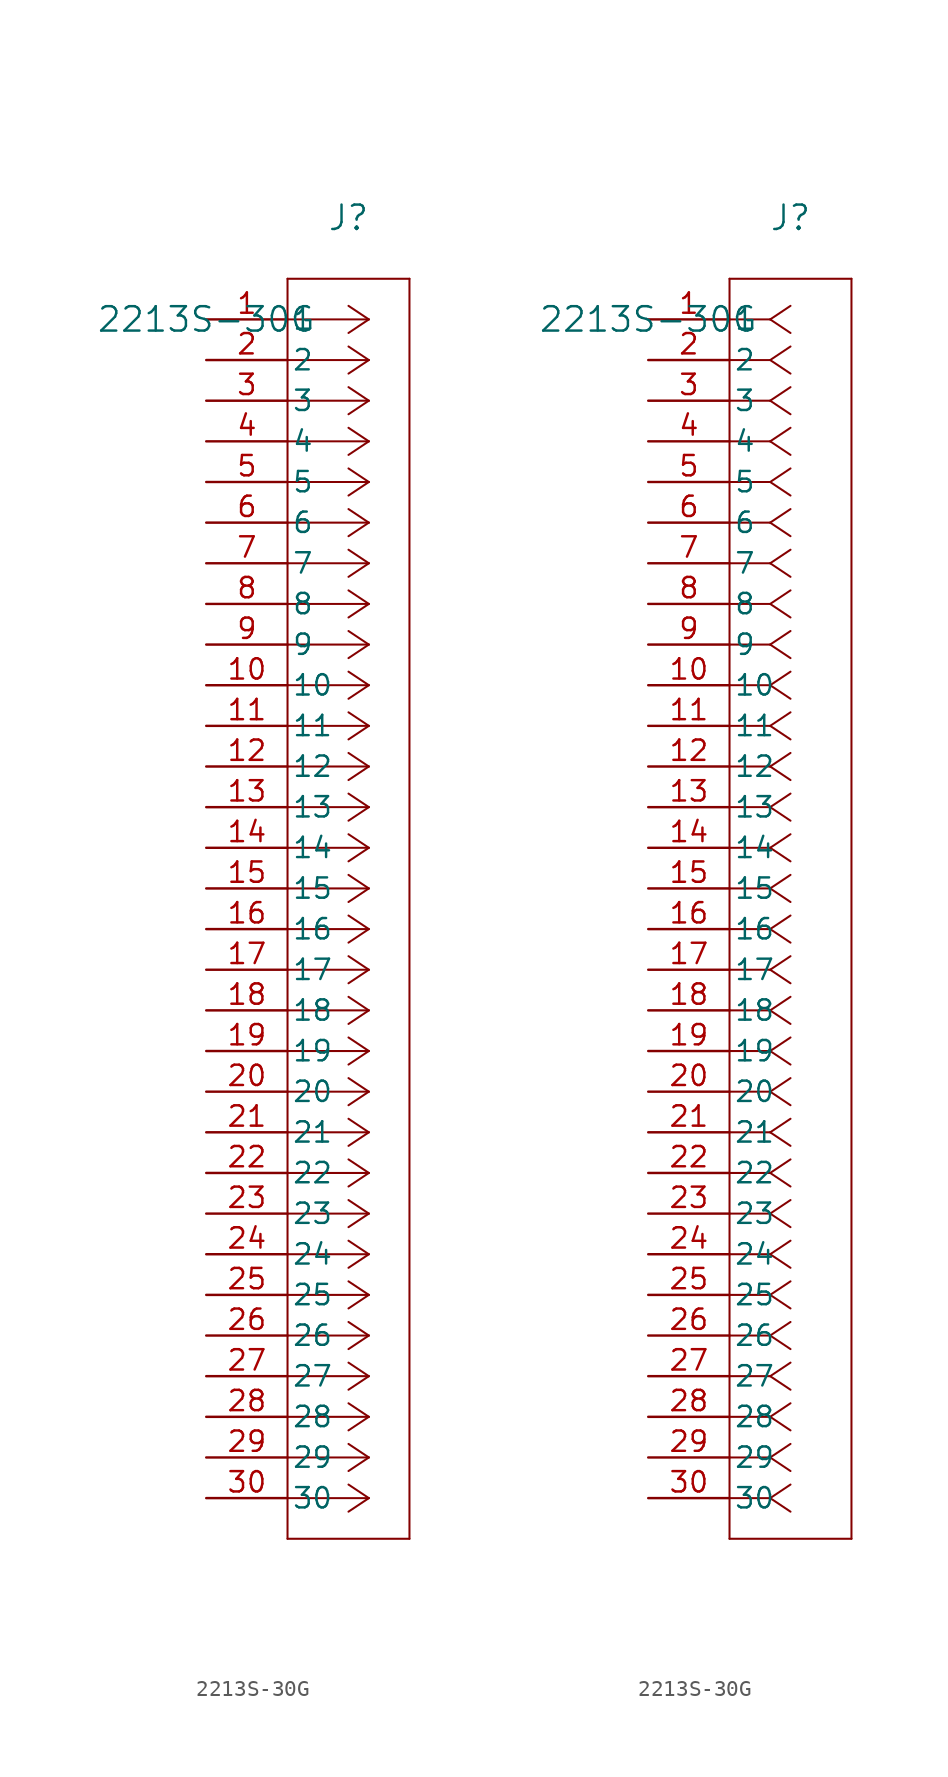
<source format=kicad_sym>
(kicad_symbol_lib
  (version 20211014)
  (generator kicad_symbol_editor)
  (symbol "2213S-30G"
    (pin_names
      (offset 0.254))
    (property "Reference" "J"
      (at 8.89 6.35 0)
      (effects (font (size 1.524 1.524))))
    (property "Value" "2213S-30G"
      (at 0 0 0)
      (effects (font (size 1.524 1.524))))
    (symbol "2213S-30G_1_1"
      (polyline (pts (xy 10.16 0) (xy 5.08 0)) (stroke (width 0.127) (type default) (color 0 0 0 0)) (fill (type none)))
      (polyline (pts (xy 10.16 -2.54) (xy 5.08 -2.54)) (stroke (width 0.127) (type default) (color 0 0 0 0)) (fill (type none)))
      (polyline (pts (xy 10.16 -5.08) (xy 5.08 -5.08)) (stroke (width 0.127) (type default) (color 0 0 0 0)) (fill (type none)))
      (polyline (pts (xy 10.16 -7.62) (xy 5.08 -7.62)) (stroke (width 0.127) (type default) (color 0 0 0 0)) (fill (type none)))
      (polyline (pts (xy 10.16 -10.16) (xy 5.08 -10.16)) (stroke (width 0.127) (type default) (color 0 0 0 0)) (fill (type none)))
      (polyline (pts (xy 10.16 -12.7) (xy 5.08 -12.7)) (stroke (width 0.127) (type default) (color 0 0 0 0)) (fill (type none)))
      (polyline (pts (xy 10.16 -15.24) (xy 5.08 -15.24)) (stroke (width 0.127) (type default) (color 0 0 0 0)) (fill (type none)))
      (polyline (pts (xy 10.16 -17.78) (xy 5.08 -17.78)) (stroke (width 0.127) (type default) (color 0 0 0 0)) (fill (type none)))
      (polyline (pts (xy 10.16 -20.32) (xy 5.08 -20.32)) (stroke (width 0.127) (type default) (color 0 0 0 0)) (fill (type none)))
      (polyline (pts (xy 10.16 -22.86) (xy 5.08 -22.86)) (stroke (width 0.127) (type default) (color 0 0 0 0)) (fill (type none)))
      (polyline (pts (xy 10.16 -25.4) (xy 5.08 -25.4)) (stroke (width 0.127) (type default) (color 0 0 0 0)) (fill (type none)))
      (polyline (pts (xy 10.16 -27.94) (xy 5.08 -27.94)) (stroke (width 0.127) (type default) (color 0 0 0 0)) (fill (type none)))
      (polyline (pts (xy 10.16 -30.48) (xy 5.08 -30.48)) (stroke (width 0.127) (type default) (color 0 0 0 0)) (fill (type none)))
      (polyline (pts (xy 10.16 -33.02) (xy 5.08 -33.02)) (stroke (width 0.127) (type default) (color 0 0 0 0)) (fill (type none)))
      (polyline (pts (xy 10.16 -35.56) (xy 5.08 -35.56)) (stroke (width 0.127) (type default) (color 0 0 0 0)) (fill (type none)))
      (polyline (pts (xy 10.16 -38.1) (xy 5.08 -38.1)) (stroke (width 0.127) (type default) (color 0 0 0 0)) (fill (type none)))
      (polyline (pts (xy 10.16 -40.64) (xy 5.08 -40.64)) (stroke (width 0.127) (type default) (color 0 0 0 0)) (fill (type none)))
      (polyline (pts (xy 10.16 -43.18) (xy 5.08 -43.18)) (stroke (width 0.127) (type default) (color 0 0 0 0)) (fill (type none)))
      (polyline (pts (xy 10.16 -45.72) (xy 5.08 -45.72)) (stroke (width 0.127) (type default) (color 0 0 0 0)) (fill (type none)))
      (polyline (pts (xy 10.16 -48.26) (xy 5.08 -48.26)) (stroke (width 0.127) (type default) (color 0 0 0 0)) (fill (type none)))
      (polyline (pts (xy 10.16 -50.8) (xy 5.08 -50.8)) (stroke (width 0.127) (type default) (color 0 0 0 0)) (fill (type none)))
      (polyline (pts (xy 10.16 -53.34) (xy 5.08 -53.34)) (stroke (width 0.127) (type default) (color 0 0 0 0)) (fill (type none)))
      (polyline (pts (xy 10.16 -55.88) (xy 5.08 -55.88)) (stroke (width 0.127) (type default) (color 0 0 0 0)) (fill (type none)))
      (polyline (pts (xy 10.16 -58.42) (xy 5.08 -58.42)) (stroke (width 0.127) (type default) (color 0 0 0 0)) (fill (type none)))
      (polyline (pts (xy 10.16 -60.96) (xy 5.08 -60.96)) (stroke (width 0.127) (type default) (color 0 0 0 0)) (fill (type none)))
      (polyline (pts (xy 10.16 -63.5) (xy 5.08 -63.5)) (stroke (width 0.127) (type default) (color 0 0 0 0)) (fill (type none)))
      (polyline (pts (xy 10.16 -66.04) (xy 5.08 -66.04)) (stroke (width 0.127) (type default) (color 0 0 0 0)) (fill (type none)))
      (polyline (pts (xy 10.16 -68.58) (xy 5.08 -68.58)) (stroke (width 0.127) (type default) (color 0 0 0 0)) (fill (type none)))
      (polyline (pts (xy 10.16 -71.12) (xy 5.08 -71.12)) (stroke (width 0.127) (type default) (color 0 0 0 0)) (fill (type none)))
      (polyline (pts (xy 10.16 -73.66) (xy 5.08 -73.66)) (stroke (width 0.127) (type default) (color 0 0 0 0)) (fill (type none)))
      (polyline (pts (xy 10.16 0) (xy 8.89 0.847)) (stroke (width 0.127) (type default) (color 0 0 0 0)) (fill (type none)))
      (polyline (pts (xy 10.16 -2.54) (xy 8.89 -1.693)) (stroke (width 0.127) (type default) (color 0 0 0 0)) (fill (type none)))
      (polyline (pts (xy 10.16 -5.08) (xy 8.89 -4.233)) (stroke (width 0.127) (type default) (color 0 0 0 0)) (fill (type none)))
      (polyline (pts (xy 10.16 -7.62) (xy 8.89 -6.773)) (stroke (width 0.127) (type default) (color 0 0 0 0)) (fill (type none)))
      (polyline (pts (xy 10.16 -10.16) (xy 8.89 -9.313)) (stroke (width 0.127) (type default) (color 0 0 0 0)) (fill (type none)))
      (polyline (pts (xy 10.16 -12.7) (xy 8.89 -11.853)) (stroke (width 0.127) (type default) (color 0 0 0 0)) (fill (type none)))
      (polyline (pts (xy 10.16 -15.24) (xy 8.89 -14.393)) (stroke (width 0.127) (type default) (color 0 0 0 0)) (fill (type none)))
      (polyline (pts (xy 10.16 -17.78) (xy 8.89 -16.933)) (stroke (width 0.127) (type default) (color 0 0 0 0)) (fill (type none)))
      (polyline (pts (xy 10.16 -20.32) (xy 8.89 -19.473)) (stroke (width 0.127) (type default) (color 0 0 0 0)) (fill (type none)))
      (polyline (pts (xy 10.16 -22.86) (xy 8.89 -22.013)) (stroke (width 0.127) (type default) (color 0 0 0 0)) (fill (type none)))
      (polyline (pts (xy 10.16 -25.4) (xy 8.89 -24.553)) (stroke (width 0.127) (type default) (color 0 0 0 0)) (fill (type none)))
      (polyline (pts (xy 10.16 -27.94) (xy 8.89 -27.093)) (stroke (width 0.127) (type default) (color 0 0 0 0)) (fill (type none)))
      (polyline (pts (xy 10.16 -30.48) (xy 8.89 -29.633)) (stroke (width 0.127) (type default) (color 0 0 0 0)) (fill (type none)))
      (polyline (pts (xy 10.16 -33.02) (xy 8.89 -32.173)) (stroke (width 0.127) (type default) (color 0 0 0 0)) (fill (type none)))
      (polyline (pts (xy 10.16 -35.56) (xy 8.89 -34.713)) (stroke (width 0.127) (type default) (color 0 0 0 0)) (fill (type none)))
      (polyline (pts (xy 10.16 -38.1) (xy 8.89 -37.253)) (stroke (width 0.127) (type default) (color 0 0 0 0)) (fill (type none)))
      (polyline (pts (xy 10.16 -40.64) (xy 8.89 -39.793)) (stroke (width 0.127) (type default) (color 0 0 0 0)) (fill (type none)))
      (polyline (pts (xy 10.16 -43.18) (xy 8.89 -42.333)) (stroke (width 0.127) (type default) (color 0 0 0 0)) (fill (type none)))
      (polyline (pts (xy 10.16 -45.72) (xy 8.89 -44.873)) (stroke (width 0.127) (type default) (color 0 0 0 0)) (fill (type none)))
      (polyline (pts (xy 10.16 -48.26) (xy 8.89 -47.413)) (stroke (width 0.127) (type default) (color 0 0 0 0)) (fill (type none)))
      (polyline (pts (xy 10.16 -50.8) (xy 8.89 -49.953)) (stroke (width 0.127) (type default) (color 0 0 0 0)) (fill (type none)))
      (polyline (pts (xy 10.16 -53.34) (xy 8.89 -52.493)) (stroke (width 0.127) (type default) (color 0 0 0 0)) (fill (type none)))
      (polyline (pts (xy 10.16 -55.88) (xy 8.89 -55.033)) (stroke (width 0.127) (type default) (color 0 0 0 0)) (fill (type none)))
      (polyline (pts (xy 10.16 -58.42) (xy 8.89 -57.573)) (stroke (width 0.127) (type default) (color 0 0 0 0)) (fill (type none)))
      (polyline (pts (xy 10.16 -60.96) (xy 8.89 -60.113)) (stroke (width 0.127) (type default) (color 0 0 0 0)) (fill (type none)))
      (polyline (pts (xy 10.16 -63.5) (xy 8.89 -62.653)) (stroke (width 0.127) (type default) (color 0 0 0 0)) (fill (type none)))
      (polyline (pts (xy 10.16 -66.04) (xy 8.89 -65.193)) (stroke (width 0.127) (type default) (color 0 0 0 0)) (fill (type none)))
      (polyline (pts (xy 10.16 -68.58) (xy 8.89 -67.733)) (stroke (width 0.127) (type default) (color 0 0 0 0)) (fill (type none)))
      (polyline (pts (xy 10.16 -71.12) (xy 8.89 -70.273)) (stroke (width 0.127) (type default) (color 0 0 0 0)) (fill (type none)))
      (polyline (pts (xy 10.16 -73.66) (xy 8.89 -72.813)) (stroke (width 0.127) (type default) (color 0 0 0 0)) (fill (type none)))
      (polyline (pts (xy 10.16 0) (xy 8.89 -0.847)) (stroke (width 0.127) (type default) (color 0 0 0 0)) (fill (type none)))
      (polyline (pts (xy 10.16 -2.54) (xy 8.89 -3.387)) (stroke (width 0.127) (type default) (color 0 0 0 0)) (fill (type none)))
      (polyline (pts (xy 10.16 -5.08) (xy 8.89 -5.927)) (stroke (width 0.127) (type default) (color 0 0 0 0)) (fill (type none)))
      (polyline (pts (xy 10.16 -7.62) (xy 8.89 -8.467)) (stroke (width 0.127) (type default) (color 0 0 0 0)) (fill (type none)))
      (polyline (pts (xy 10.16 -10.16) (xy 8.89 -11.007)) (stroke (width 0.127) (type default) (color 0 0 0 0)) (fill (type none)))
      (polyline (pts (xy 10.16 -12.7) (xy 8.89 -13.547)) (stroke (width 0.127) (type default) (color 0 0 0 0)) (fill (type none)))
      (polyline (pts (xy 10.16 -15.24) (xy 8.89 -16.087)) (stroke (width 0.127) (type default) (color 0 0 0 0)) (fill (type none)))
      (polyline (pts (xy 10.16 -17.78) (xy 8.89 -18.627)) (stroke (width 0.127) (type default) (color 0 0 0 0)) (fill (type none)))
      (polyline (pts (xy 10.16 -20.32) (xy 8.89 -21.167)) (stroke (width 0.127) (type default) (color 0 0 0 0)) (fill (type none)))
      (polyline (pts (xy 10.16 -22.86) (xy 8.89 -23.707)) (stroke (width 0.127) (type default) (color 0 0 0 0)) (fill (type none)))
      (polyline (pts (xy 10.16 -25.4) (xy 8.89 -26.247)) (stroke (width 0.127) (type default) (color 0 0 0 0)) (fill (type none)))
      (polyline (pts (xy 10.16 -27.94) (xy 8.89 -28.787)) (stroke (width 0.127) (type default) (color 0 0 0 0)) (fill (type none)))
      (polyline (pts (xy 10.16 -30.48) (xy 8.89 -31.327)) (stroke (width 0.127) (type default) (color 0 0 0 0)) (fill (type none)))
      (polyline (pts (xy 10.16 -33.02) (xy 8.89 -33.867)) (stroke (width 0.127) (type default) (color 0 0 0 0)) (fill (type none)))
      (polyline (pts (xy 10.16 -35.56) (xy 8.89 -36.407)) (stroke (width 0.127) (type default) (color 0 0 0 0)) (fill (type none)))
      (polyline (pts (xy 10.16 -38.1) (xy 8.89 -38.947)) (stroke (width 0.127) (type default) (color 0 0 0 0)) (fill (type none)))
      (polyline (pts (xy 10.16 -40.64) (xy 8.89 -41.487)) (stroke (width 0.127) (type default) (color 0 0 0 0)) (fill (type none)))
      (polyline (pts (xy 10.16 -43.18) (xy 8.89 -44.027)) (stroke (width 0.127) (type default) (color 0 0 0 0)) (fill (type none)))
      (polyline (pts (xy 10.16 -45.72) (xy 8.89 -46.567)) (stroke (width 0.127) (type default) (color 0 0 0 0)) (fill (type none)))
      (polyline (pts (xy 10.16 -48.26) (xy 8.89 -49.107)) (stroke (width 0.127) (type default) (color 0 0 0 0)) (fill (type none)))
      (polyline (pts (xy 10.16 -50.8) (xy 8.89 -51.647)) (stroke (width 0.127) (type default) (color 0 0 0 0)) (fill (type none)))
      (polyline (pts (xy 10.16 -53.34) (xy 8.89 -54.187)) (stroke (width 0.127) (type default) (color 0 0 0 0)) (fill (type none)))
      (polyline (pts (xy 10.16 -55.88) (xy 8.89 -56.727)) (stroke (width 0.127) (type default) (color 0 0 0 0)) (fill (type none)))
      (polyline (pts (xy 10.16 -58.42) (xy 8.89 -59.267)) (stroke (width 0.127) (type default) (color 0 0 0 0)) (fill (type none)))
      (polyline (pts (xy 10.16 -60.96) (xy 8.89 -61.807)) (stroke (width 0.127) (type default) (color 0 0 0 0)) (fill (type none)))
      (polyline (pts (xy 10.16 -63.5) (xy 8.89 -64.347)) (stroke (width 0.127) (type default) (color 0 0 0 0)) (fill (type none)))
      (polyline (pts (xy 10.16 -66.04) (xy 8.89 -66.887)) (stroke (width 0.127) (type default) (color 0 0 0 0)) (fill (type none)))
      (polyline (pts (xy 10.16 -68.58) (xy 8.89 -69.427)) (stroke (width 0.127) (type default) (color 0 0 0 0)) (fill (type none)))
      (polyline (pts (xy 10.16 -71.12) (xy 8.89 -71.967)) (stroke (width 0.127) (type default) (color 0 0 0 0)) (fill (type none)))
      (polyline (pts (xy 10.16 -73.66) (xy 8.89 -74.507)) (stroke (width 0.127) (type default) (color 0 0 0 0)) (fill (type none)))
      (polyline (pts (xy 5.08 2.54) (xy 5.08 -76.2)) (stroke (width 0.127) (type default) (color 0 0 0 0)) (fill (type none)))
      (polyline (pts (xy 5.08 -76.2) (xy 12.7 -76.2)) (stroke (width 0.127) (type default) (color 0 0 0 0)) (fill (type none)))
      (polyline (pts (xy 12.7 -76.2) (xy 12.7 2.54)) (stroke (width 0.127) (type default) (color 0 0 0 0)) (fill (type none)))
      (polyline (pts (xy 12.7 2.54) (xy 5.08 2.54)) (stroke (width 0.127) (type default) (color 0 0 0 0)) (fill (type none)))
      (pin unspecified line (at 0 0 0) (length 5.08) (name "1" (effects (font (size 1.27 1.27)))) (number "1" (effects (font (size 1.27 1.27)))))
      (pin unspecified line (at 0 -2.54 0) (length 5.08) (name "2" (effects (font (size 1.27 1.27)))) (number "2" (effects (font (size 1.27 1.27)))))
      (pin unspecified line (at 0 -5.08 0) (length 5.08) (name "3" (effects (font (size 1.27 1.27)))) (number "3" (effects (font (size 1.27 1.27)))))
      (pin unspecified line (at 0 -7.62 0) (length 5.08) (name "4" (effects (font (size 1.27 1.27)))) (number "4" (effects (font (size 1.27 1.27)))))
      (pin unspecified line (at 0 -10.16 0) (length 5.08) (name "5" (effects (font (size 1.27 1.27)))) (number "5" (effects (font (size 1.27 1.27)))))
      (pin unspecified line (at 0 -12.7 0) (length 5.08) (name "6" (effects (font (size 1.27 1.27)))) (number "6" (effects (font (size 1.27 1.27)))))
      (pin unspecified line (at 0 -15.24 0) (length 5.08) (name "7" (effects (font (size 1.27 1.27)))) (number "7" (effects (font (size 1.27 1.27)))))
      (pin unspecified line (at 0 -17.78 0) (length 5.08) (name "8" (effects (font (size 1.27 1.27)))) (number "8" (effects (font (size 1.27 1.27)))))
      (pin unspecified line (at 0 -20.32 0) (length 5.08) (name "9" (effects (font (size 1.27 1.27)))) (number "9" (effects (font (size 1.27 1.27)))))
      (pin unspecified line (at 0 -22.86 0) (length 5.08) (name "10" (effects (font (size 1.27 1.27)))) (number "10" (effects (font (size 1.27 1.27)))))
      (pin unspecified line (at 0 -25.4 0) (length 5.08) (name "11" (effects (font (size 1.27 1.27)))) (number "11" (effects (font (size 1.27 1.27)))))
      (pin unspecified line (at 0 -27.94 0) (length 5.08) (name "12" (effects (font (size 1.27 1.27)))) (number "12" (effects (font (size 1.27 1.27)))))
      (pin unspecified line (at 0 -30.48 0) (length 5.08) (name "13" (effects (font (size 1.27 1.27)))) (number "13" (effects (font (size 1.27 1.27)))))
      (pin unspecified line (at 0 -33.02 0) (length 5.08) (name "14" (effects (font (size 1.27 1.27)))) (number "14" (effects (font (size 1.27 1.27)))))
      (pin unspecified line (at 0 -35.56 0) (length 5.08) (name "15" (effects (font (size 1.27 1.27)))) (number "15" (effects (font (size 1.27 1.27)))))
      (pin unspecified line (at 0 -38.1 0) (length 5.08) (name "16" (effects (font (size 1.27 1.27)))) (number "16" (effects (font (size 1.27 1.27)))))
      (pin unspecified line (at 0 -40.64 0) (length 5.08) (name "17" (effects (font (size 1.27 1.27)))) (number "17" (effects (font (size 1.27 1.27)))))
      (pin unspecified line (at 0 -43.18 0) (length 5.08) (name "18" (effects (font (size 1.27 1.27)))) (number "18" (effects (font (size 1.27 1.27)))))
      (pin unspecified line (at 0 -45.72 0) (length 5.08) (name "19" (effects (font (size 1.27 1.27)))) (number "19" (effects (font (size 1.27 1.27)))))
      (pin unspecified line (at 0 -48.26 0) (length 5.08) (name "20" (effects (font (size 1.27 1.27)))) (number "20" (effects (font (size 1.27 1.27)))))
      (pin unspecified line (at 0 -50.8 0) (length 5.08) (name "21" (effects (font (size 1.27 1.27)))) (number "21" (effects (font (size 1.27 1.27)))))
      (pin unspecified line (at 0 -53.34 0) (length 5.08) (name "22" (effects (font (size 1.27 1.27)))) (number "22" (effects (font (size 1.27 1.27)))))
      (pin unspecified line (at 0 -55.88 0) (length 5.08) (name "23" (effects (font (size 1.27 1.27)))) (number "23" (effects (font (size 1.27 1.27)))))
      (pin unspecified line (at 0 -58.42 0) (length 5.08) (name "24" (effects (font (size 1.27 1.27)))) (number "24" (effects (font (size 1.27 1.27)))))
      (pin unspecified line (at 0 -60.96 0) (length 5.08) (name "25" (effects (font (size 1.27 1.27)))) (number "25" (effects (font (size 1.27 1.27)))))
      (pin unspecified line (at 0 -63.5 0) (length 5.08) (name "26" (effects (font (size 1.27 1.27)))) (number "26" (effects (font (size 1.27 1.27)))))
      (pin unspecified line (at 0 -66.04 0) (length 5.08) (name "27" (effects (font (size 1.27 1.27)))) (number "27" (effects (font (size 1.27 1.27)))))
      (pin unspecified line (at 0 -68.58 0) (length 5.08) (name "28" (effects (font (size 1.27 1.27)))) (number "28" (effects (font (size 1.27 1.27)))))
      (pin unspecified line (at 0 -71.12 0) (length 5.08) (name "29" (effects (font (size 1.27 1.27)))) (number "29" (effects (font (size 1.27 1.27)))))
      (pin unspecified line (at 0 -73.66 0) (length 5.08) (name "30" (effects (font (size 1.27 1.27)))) (number "30" (effects (font (size 1.27 1.27))))))
    (symbol "2213S-30G_1_2"
      (polyline (pts (xy 7.62 0) (xy 5.08 0)) (stroke (width 0.127) (type default) (color 0 0 0 0)) (fill (type none)))
      (polyline (pts (xy 7.62 -2.54) (xy 5.08 -2.54)) (stroke (width 0.127) (type default) (color 0 0 0 0)) (fill (type none)))
      (polyline (pts (xy 7.62 -5.08) (xy 5.08 -5.08)) (stroke (width 0.127) (type default) (color 0 0 0 0)) (fill (type none)))
      (polyline (pts (xy 7.62 -7.62) (xy 5.08 -7.62)) (stroke (width 0.127) (type default) (color 0 0 0 0)) (fill (type none)))
      (polyline (pts (xy 7.62 -10.16) (xy 5.08 -10.16)) (stroke (width 0.127) (type default) (color 0 0 0 0)) (fill (type none)))
      (polyline (pts (xy 7.62 -12.7) (xy 5.08 -12.7)) (stroke (width 0.127) (type default) (color 0 0 0 0)) (fill (type none)))
      (polyline (pts (xy 7.62 -15.24) (xy 5.08 -15.24)) (stroke (width 0.127) (type default) (color 0 0 0 0)) (fill (type none)))
      (polyline (pts (xy 7.62 -17.78) (xy 5.08 -17.78)) (stroke (width 0.127) (type default) (color 0 0 0 0)) (fill (type none)))
      (polyline (pts (xy 7.62 -20.32) (xy 5.08 -20.32)) (stroke (width 0.127) (type default) (color 0 0 0 0)) (fill (type none)))
      (polyline (pts (xy 7.62 -22.86) (xy 5.08 -22.86)) (stroke (width 0.127) (type default) (color 0 0 0 0)) (fill (type none)))
      (polyline (pts (xy 7.62 -25.4) (xy 5.08 -25.4)) (stroke (width 0.127) (type default) (color 0 0 0 0)) (fill (type none)))
      (polyline (pts (xy 7.62 -27.94) (xy 5.08 -27.94)) (stroke (width 0.127) (type default) (color 0 0 0 0)) (fill (type none)))
      (polyline (pts (xy 7.62 -30.48) (xy 5.08 -30.48)) (stroke (width 0.127) (type default) (color 0 0 0 0)) (fill (type none)))
      (polyline (pts (xy 7.62 -33.02) (xy 5.08 -33.02)) (stroke (width 0.127) (type default) (color 0 0 0 0)) (fill (type none)))
      (polyline (pts (xy 7.62 -35.56) (xy 5.08 -35.56)) (stroke (width 0.127) (type default) (color 0 0 0 0)) (fill (type none)))
      (polyline (pts (xy 7.62 -38.1) (xy 5.08 -38.1)) (stroke (width 0.127) (type default) (color 0 0 0 0)) (fill (type none)))
      (polyline (pts (xy 7.62 -40.64) (xy 5.08 -40.64)) (stroke (width 0.127) (type default) (color 0 0 0 0)) (fill (type none)))
      (polyline (pts (xy 7.62 -43.18) (xy 5.08 -43.18)) (stroke (width 0.127) (type default) (color 0 0 0 0)) (fill (type none)))
      (polyline (pts (xy 7.62 -45.72) (xy 5.08 -45.72)) (stroke (width 0.127) (type default) (color 0 0 0 0)) (fill (type none)))
      (polyline (pts (xy 7.62 -48.26) (xy 5.08 -48.26)) (stroke (width 0.127) (type default) (color 0 0 0 0)) (fill (type none)))
      (polyline (pts (xy 7.62 -50.8) (xy 5.08 -50.8)) (stroke (width 0.127) (type default) (color 0 0 0 0)) (fill (type none)))
      (polyline (pts (xy 7.62 -53.34) (xy 5.08 -53.34)) (stroke (width 0.127) (type default) (color 0 0 0 0)) (fill (type none)))
      (polyline (pts (xy 7.62 -55.88) (xy 5.08 -55.88)) (stroke (width 0.127) (type default) (color 0 0 0 0)) (fill (type none)))
      (polyline (pts (xy 7.62 -58.42) (xy 5.08 -58.42)) (stroke (width 0.127) (type default) (color 0 0 0 0)) (fill (type none)))
      (polyline (pts (xy 7.62 -60.96) (xy 5.08 -60.96)) (stroke (width 0.127) (type default) (color 0 0 0 0)) (fill (type none)))
      (polyline (pts (xy 7.62 -63.5) (xy 5.08 -63.5)) (stroke (width 0.127) (type default) (color 0 0 0 0)) (fill (type none)))
      (polyline (pts (xy 7.62 -66.04) (xy 5.08 -66.04)) (stroke (width 0.127) (type default) (color 0 0 0 0)) (fill (type none)))
      (polyline (pts (xy 7.62 -68.58) (xy 5.08 -68.58)) (stroke (width 0.127) (type default) (color 0 0 0 0)) (fill (type none)))
      (polyline (pts (xy 7.62 -71.12) (xy 5.08 -71.12)) (stroke (width 0.127) (type default) (color 0 0 0 0)) (fill (type none)))
      (polyline (pts (xy 7.62 -73.66) (xy 5.08 -73.66)) (stroke (width 0.127) (type default) (color 0 0 0 0)) (fill (type none)))
      (polyline (pts (xy 7.62 0) (xy 8.89 0.847)) (stroke (width 0.127) (type default) (color 0 0 0 0)) (fill (type none)))
      (polyline (pts (xy 7.62 -2.54) (xy 8.89 -1.693)) (stroke (width 0.127) (type default) (color 0 0 0 0)) (fill (type none)))
      (polyline (pts (xy 7.62 -5.08) (xy 8.89 -4.233)) (stroke (width 0.127) (type default) (color 0 0 0 0)) (fill (type none)))
      (polyline (pts (xy 7.62 -7.62) (xy 8.89 -6.773)) (stroke (width 0.127) (type default) (color 0 0 0 0)) (fill (type none)))
      (polyline (pts (xy 7.62 -10.16) (xy 8.89 -9.313)) (stroke (width 0.127) (type default) (color 0 0 0 0)) (fill (type none)))
      (polyline (pts (xy 7.62 -12.7) (xy 8.89 -11.853)) (stroke (width 0.127) (type default) (color 0 0 0 0)) (fill (type none)))
      (polyline (pts (xy 7.62 -15.24) (xy 8.89 -14.393)) (stroke (width 0.127) (type default) (color 0 0 0 0)) (fill (type none)))
      (polyline (pts (xy 7.62 -17.78) (xy 8.89 -16.933)) (stroke (width 0.127) (type default) (color 0 0 0 0)) (fill (type none)))
      (polyline (pts (xy 7.62 -20.32) (xy 8.89 -19.473)) (stroke (width 0.127) (type default) (color 0 0 0 0)) (fill (type none)))
      (polyline (pts (xy 7.62 -22.86) (xy 8.89 -22.013)) (stroke (width 0.127) (type default) (color 0 0 0 0)) (fill (type none)))
      (polyline (pts (xy 7.62 -25.4) (xy 8.89 -24.553)) (stroke (width 0.127) (type default) (color 0 0 0 0)) (fill (type none)))
      (polyline (pts (xy 7.62 -27.94) (xy 8.89 -27.093)) (stroke (width 0.127) (type default) (color 0 0 0 0)) (fill (type none)))
      (polyline (pts (xy 7.62 -30.48) (xy 8.89 -29.633)) (stroke (width 0.127) (type default) (color 0 0 0 0)) (fill (type none)))
      (polyline (pts (xy 7.62 -33.02) (xy 8.89 -32.173)) (stroke (width 0.127) (type default) (color 0 0 0 0)) (fill (type none)))
      (polyline (pts (xy 7.62 -35.56) (xy 8.89 -34.713)) (stroke (width 0.127) (type default) (color 0 0 0 0)) (fill (type none)))
      (polyline (pts (xy 7.62 -38.1) (xy 8.89 -37.253)) (stroke (width 0.127) (type default) (color 0 0 0 0)) (fill (type none)))
      (polyline (pts (xy 7.62 -40.64) (xy 8.89 -39.793)) (stroke (width 0.127) (type default) (color 0 0 0 0)) (fill (type none)))
      (polyline (pts (xy 7.62 -43.18) (xy 8.89 -42.333)) (stroke (width 0.127) (type default) (color 0 0 0 0)) (fill (type none)))
      (polyline (pts (xy 7.62 -45.72) (xy 8.89 -44.873)) (stroke (width 0.127) (type default) (color 0 0 0 0)) (fill (type none)))
      (polyline (pts (xy 7.62 -48.26) (xy 8.89 -47.413)) (stroke (width 0.127) (type default) (color 0 0 0 0)) (fill (type none)))
      (polyline (pts (xy 7.62 -50.8) (xy 8.89 -49.953)) (stroke (width 0.127) (type default) (color 0 0 0 0)) (fill (type none)))
      (polyline (pts (xy 7.62 -53.34) (xy 8.89 -52.493)) (stroke (width 0.127) (type default) (color 0 0 0 0)) (fill (type none)))
      (polyline (pts (xy 7.62 -55.88) (xy 8.89 -55.033)) (stroke (width 0.127) (type default) (color 0 0 0 0)) (fill (type none)))
      (polyline (pts (xy 7.62 -58.42) (xy 8.89 -57.573)) (stroke (width 0.127) (type default) (color 0 0 0 0)) (fill (type none)))
      (polyline (pts (xy 7.62 -60.96) (xy 8.89 -60.113)) (stroke (width 0.127) (type default) (color 0 0 0 0)) (fill (type none)))
      (polyline (pts (xy 7.62 -63.5) (xy 8.89 -62.653)) (stroke (width 0.127) (type default) (color 0 0 0 0)) (fill (type none)))
      (polyline (pts (xy 7.62 -66.04) (xy 8.89 -65.193)) (stroke (width 0.127) (type default) (color 0 0 0 0)) (fill (type none)))
      (polyline (pts (xy 7.62 -68.58) (xy 8.89 -67.733)) (stroke (width 0.127) (type default) (color 0 0 0 0)) (fill (type none)))
      (polyline (pts (xy 7.62 -71.12) (xy 8.89 -70.273)) (stroke (width 0.127) (type default) (color 0 0 0 0)) (fill (type none)))
      (polyline (pts (xy 7.62 -73.66) (xy 8.89 -72.813)) (stroke (width 0.127) (type default) (color 0 0 0 0)) (fill (type none)))
      (polyline (pts (xy 7.62 0) (xy 8.89 -0.847)) (stroke (width 0.127) (type default) (color 0 0 0 0)) (fill (type none)))
      (polyline (pts (xy 7.62 -2.54) (xy 8.89 -3.387)) (stroke (width 0.127) (type default) (color 0 0 0 0)) (fill (type none)))
      (polyline (pts (xy 7.62 -5.08) (xy 8.89 -5.927)) (stroke (width 0.127) (type default) (color 0 0 0 0)) (fill (type none)))
      (polyline (pts (xy 7.62 -7.62) (xy 8.89 -8.467)) (stroke (width 0.127) (type default) (color 0 0 0 0)) (fill (type none)))
      (polyline (pts (xy 7.62 -10.16) (xy 8.89 -11.007)) (stroke (width 0.127) (type default) (color 0 0 0 0)) (fill (type none)))
      (polyline (pts (xy 7.62 -12.7) (xy 8.89 -13.547)) (stroke (width 0.127) (type default) (color 0 0 0 0)) (fill (type none)))
      (polyline (pts (xy 7.62 -15.24) (xy 8.89 -16.087)) (stroke (width 0.127) (type default) (color 0 0 0 0)) (fill (type none)))
      (polyline (pts (xy 7.62 -17.78) (xy 8.89 -18.627)) (stroke (width 0.127) (type default) (color 0 0 0 0)) (fill (type none)))
      (polyline (pts (xy 7.62 -20.32) (xy 8.89 -21.167)) (stroke (width 0.127) (type default) (color 0 0 0 0)) (fill (type none)))
      (polyline (pts (xy 7.62 -22.86) (xy 8.89 -23.707)) (stroke (width 0.127) (type default) (color 0 0 0 0)) (fill (type none)))
      (polyline (pts (xy 7.62 -25.4) (xy 8.89 -26.247)) (stroke (width 0.127) (type default) (color 0 0 0 0)) (fill (type none)))
      (polyline (pts (xy 7.62 -27.94) (xy 8.89 -28.787)) (stroke (width 0.127) (type default) (color 0 0 0 0)) (fill (type none)))
      (polyline (pts (xy 7.62 -30.48) (xy 8.89 -31.327)) (stroke (width 0.127) (type default) (color 0 0 0 0)) (fill (type none)))
      (polyline (pts (xy 7.62 -33.02) (xy 8.89 -33.867)) (stroke (width 0.127) (type default) (color 0 0 0 0)) (fill (type none)))
      (polyline (pts (xy 7.62 -35.56) (xy 8.89 -36.407)) (stroke (width 0.127) (type default) (color 0 0 0 0)) (fill (type none)))
      (polyline (pts (xy 7.62 -38.1) (xy 8.89 -38.947)) (stroke (width 0.127) (type default) (color 0 0 0 0)) (fill (type none)))
      (polyline (pts (xy 7.62 -40.64) (xy 8.89 -41.487)) (stroke (width 0.127) (type default) (color 0 0 0 0)) (fill (type none)))
      (polyline (pts (xy 7.62 -43.18) (xy 8.89 -44.027)) (stroke (width 0.127) (type default) (color 0 0 0 0)) (fill (type none)))
      (polyline (pts (xy 7.62 -45.72) (xy 8.89 -46.567)) (stroke (width 0.127) (type default) (color 0 0 0 0)) (fill (type none)))
      (polyline (pts (xy 7.62 -48.26) (xy 8.89 -49.107)) (stroke (width 0.127) (type default) (color 0 0 0 0)) (fill (type none)))
      (polyline (pts (xy 7.62 -50.8) (xy 8.89 -51.647)) (stroke (width 0.127) (type default) (color 0 0 0 0)) (fill (type none)))
      (polyline (pts (xy 7.62 -53.34) (xy 8.89 -54.187)) (stroke (width 0.127) (type default) (color 0 0 0 0)) (fill (type none)))
      (polyline (pts (xy 7.62 -55.88) (xy 8.89 -56.727)) (stroke (width 0.127) (type default) (color 0 0 0 0)) (fill (type none)))
      (polyline (pts (xy 7.62 -58.42) (xy 8.89 -59.267)) (stroke (width 0.127) (type default) (color 0 0 0 0)) (fill (type none)))
      (polyline (pts (xy 7.62 -60.96) (xy 8.89 -61.807)) (stroke (width 0.127) (type default) (color 0 0 0 0)) (fill (type none)))
      (polyline (pts (xy 7.62 -63.5) (xy 8.89 -64.347)) (stroke (width 0.127) (type default) (color 0 0 0 0)) (fill (type none)))
      (polyline (pts (xy 7.62 -66.04) (xy 8.89 -66.887)) (stroke (width 0.127) (type default) (color 0 0 0 0)) (fill (type none)))
      (polyline (pts (xy 7.62 -68.58) (xy 8.89 -69.427)) (stroke (width 0.127) (type default) (color 0 0 0 0)) (fill (type none)))
      (polyline (pts (xy 7.62 -71.12) (xy 8.89 -71.967)) (stroke (width 0.127) (type default) (color 0 0 0 0)) (fill (type none)))
      (polyline (pts (xy 7.62 -73.66) (xy 8.89 -74.507)) (stroke (width 0.127) (type default) (color 0 0 0 0)) (fill (type none)))
      (polyline (pts (xy 5.08 2.54) (xy 5.08 -76.2)) (stroke (width 0.127) (type default) (color 0 0 0 0)) (fill (type none)))
      (polyline (pts (xy 5.08 -76.2) (xy 12.7 -76.2)) (stroke (width 0.127) (type default) (color 0 0 0 0)) (fill (type none)))
      (polyline (pts (xy 12.7 -76.2) (xy 12.7 2.54)) (stroke (width 0.127) (type default) (color 0 0 0 0)) (fill (type none)))
      (polyline (pts (xy 12.7 2.54) (xy 5.08 2.54)) (stroke (width 0.127) (type default) (color 0 0 0 0)) (fill (type none)))
      (pin unspecified line (at 0 0 0) (length 5.08) (name "1" (effects (font (size 1.27 1.27)))) (number "1" (effects (font (size 1.27 1.27)))))
      (pin unspecified line (at 0 -2.54 0) (length 5.08) (name "2" (effects (font (size 1.27 1.27)))) (number "2" (effects (font (size 1.27 1.27)))))
      (pin unspecified line (at 0 -5.08 0) (length 5.08) (name "3" (effects (font (size 1.27 1.27)))) (number "3" (effects (font (size 1.27 1.27)))))
      (pin unspecified line (at 0 -7.62 0) (length 5.08) (name "4" (effects (font (size 1.27 1.27)))) (number "4" (effects (font (size 1.27 1.27)))))
      (pin unspecified line (at 0 -10.16 0) (length 5.08) (name "5" (effects (font (size 1.27 1.27)))) (number "5" (effects (font (size 1.27 1.27)))))
      (pin unspecified line (at 0 -12.7 0) (length 5.08) (name "6" (effects (font (size 1.27 1.27)))) (number "6" (effects (font (size 1.27 1.27)))))
      (pin unspecified line (at 0 -15.24 0) (length 5.08) (name "7" (effects (font (size 1.27 1.27)))) (number "7" (effects (font (size 1.27 1.27)))))
      (pin unspecified line (at 0 -17.78 0) (length 5.08) (name "8" (effects (font (size 1.27 1.27)))) (number "8" (effects (font (size 1.27 1.27)))))
      (pin unspecified line (at 0 -20.32 0) (length 5.08) (name "9" (effects (font (size 1.27 1.27)))) (number "9" (effects (font (size 1.27 1.27)))))
      (pin unspecified line (at 0 -22.86 0) (length 5.08) (name "10" (effects (font (size 1.27 1.27)))) (number "10" (effects (font (size 1.27 1.27)))))
      (pin unspecified line (at 0 -25.4 0) (length 5.08) (name "11" (effects (font (size 1.27 1.27)))) (number "11" (effects (font (size 1.27 1.27)))))
      (pin unspecified line (at 0 -27.94 0) (length 5.08) (name "12" (effects (font (size 1.27 1.27)))) (number "12" (effects (font (size 1.27 1.27)))))
      (pin unspecified line (at 0 -30.48 0) (length 5.08) (name "13" (effects (font (size 1.27 1.27)))) (number "13" (effects (font (size 1.27 1.27)))))
      (pin unspecified line (at 0 -33.02 0) (length 5.08) (name "14" (effects (font (size 1.27 1.27)))) (number "14" (effects (font (size 1.27 1.27)))))
      (pin unspecified line (at 0 -35.56 0) (length 5.08) (name "15" (effects (font (size 1.27 1.27)))) (number "15" (effects (font (size 1.27 1.27)))))
      (pin unspecified line (at 0 -38.1 0) (length 5.08) (name "16" (effects (font (size 1.27 1.27)))) (number "16" (effects (font (size 1.27 1.27)))))
      (pin unspecified line (at 0 -40.64 0) (length 5.08) (name "17" (effects (font (size 1.27 1.27)))) (number "17" (effects (font (size 1.27 1.27)))))
      (pin unspecified line (at 0 -43.18 0) (length 5.08) (name "18" (effects (font (size 1.27 1.27)))) (number "18" (effects (font (size 1.27 1.27)))))
      (pin unspecified line (at 0 -45.72 0) (length 5.08) (name "19" (effects (font (size 1.27 1.27)))) (number "19" (effects (font (size 1.27 1.27)))))
      (pin unspecified line (at 0 -48.26 0) (length 5.08) (name "20" (effects (font (size 1.27 1.27)))) (number "20" (effects (font (size 1.27 1.27)))))
      (pin unspecified line (at 0 -50.8 0) (length 5.08) (name "21" (effects (font (size 1.27 1.27)))) (number "21" (effects (font (size 1.27 1.27)))))
      (pin unspecified line (at 0 -53.34 0) (length 5.08) (name "22" (effects (font (size 1.27 1.27)))) (number "22" (effects (font (size 1.27 1.27)))))
      (pin unspecified line (at 0 -55.88 0) (length 5.08) (name "23" (effects (font (size 1.27 1.27)))) (number "23" (effects (font (size 1.27 1.27)))))
      (pin unspecified line (at 0 -58.42 0) (length 5.08) (name "24" (effects (font (size 1.27 1.27)))) (number "24" (effects (font (size 1.27 1.27)))))
      (pin unspecified line (at 0 -60.96 0) (length 5.08) (name "25" (effects (font (size 1.27 1.27)))) (number "25" (effects (font (size 1.27 1.27)))))
      (pin unspecified line (at 0 -63.5 0) (length 5.08) (name "26" (effects (font (size 1.27 1.27)))) (number "26" (effects (font (size 1.27 1.27)))))
      (pin unspecified line (at 0 -66.04 0) (length 5.08) (name "27" (effects (font (size 1.27 1.27)))) (number "27" (effects (font (size 1.27 1.27)))))
      (pin unspecified line (at 0 -68.58 0) (length 5.08) (name "28" (effects (font (size 1.27 1.27)))) (number "28" (effects (font (size 1.27 1.27)))))
      (pin unspecified line (at 0 -71.12 0) (length 5.08) (name "29" (effects (font (size 1.27 1.27)))) (number "29" (effects (font (size 1.27 1.27)))))
      (pin unspecified line (at 0 -73.66 0) (length 5.08) (name "30" (effects (font (size 1.27 1.27)))) (number "30" (effects (font (size 1.27 1.27))))))))
</source>
